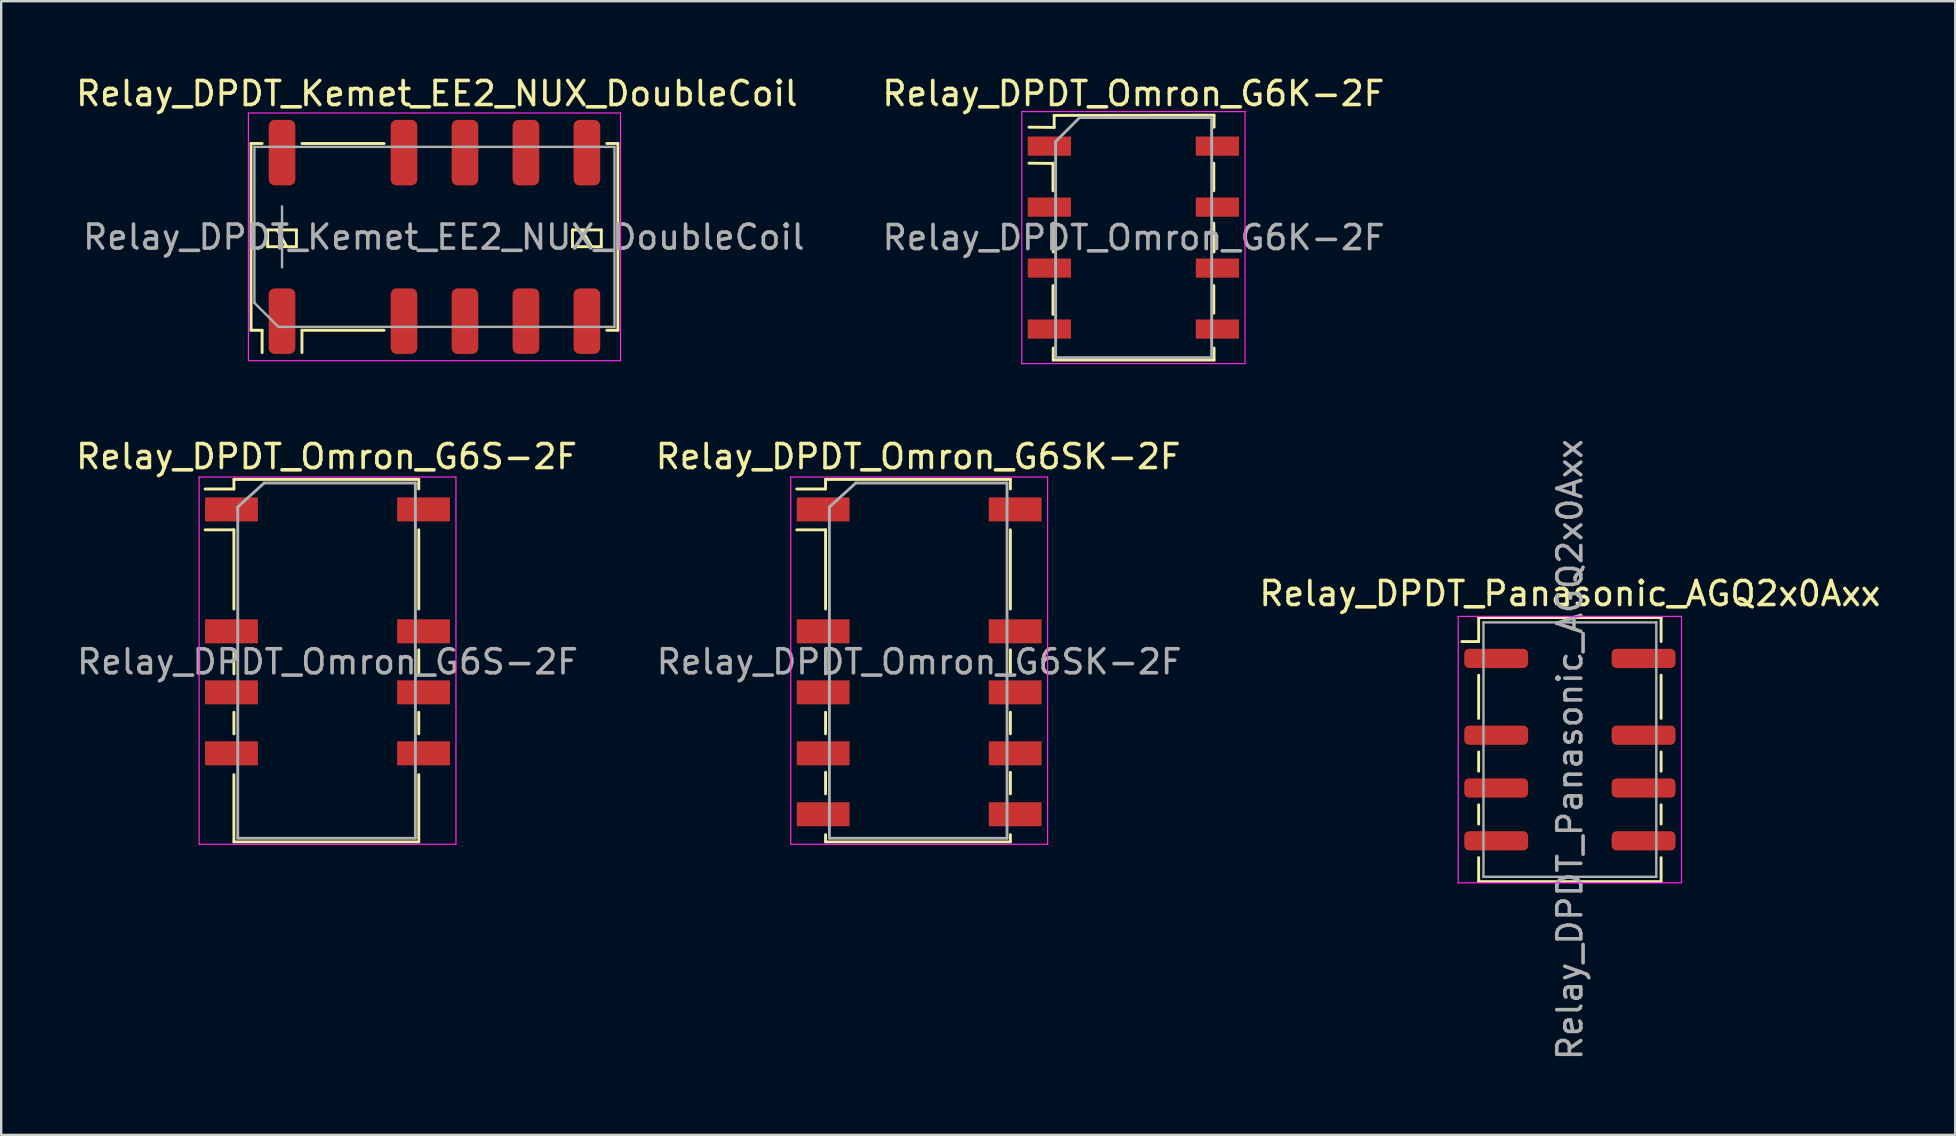
<source format=kicad_pcb>
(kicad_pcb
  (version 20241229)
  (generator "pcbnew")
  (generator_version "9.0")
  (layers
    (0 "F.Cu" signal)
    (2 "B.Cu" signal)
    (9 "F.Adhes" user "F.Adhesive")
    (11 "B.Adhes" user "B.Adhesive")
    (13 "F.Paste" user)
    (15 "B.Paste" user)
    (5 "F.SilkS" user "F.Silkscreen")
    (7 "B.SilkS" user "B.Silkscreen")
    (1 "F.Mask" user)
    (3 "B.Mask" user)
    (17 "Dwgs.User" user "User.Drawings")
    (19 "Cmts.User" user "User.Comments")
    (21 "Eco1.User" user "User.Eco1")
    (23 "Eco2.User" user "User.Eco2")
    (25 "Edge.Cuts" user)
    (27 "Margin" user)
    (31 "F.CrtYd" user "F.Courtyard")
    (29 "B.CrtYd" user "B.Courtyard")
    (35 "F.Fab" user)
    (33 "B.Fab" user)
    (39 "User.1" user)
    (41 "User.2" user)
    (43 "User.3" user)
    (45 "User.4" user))
  (footprint "Relay_DPDT_Omron_G6K-2F"
    (layer "F.Cu")
    (at 44.165 6.848)
    (property "Reference" "Relay_DPDT_Omron_G6K-2F" (at 0 -6 0) (layer "F.SilkS") (effects (font (size 1 1) (thickness 0.15))))
    (attr smd)
    (fp_line (start -3.35 -3.09) (end -4.35 -3.1) (stroke (width 0.12) (type solid)) (layer "F.SilkS"))
    (fp_line (start -3.35 -1.95) (end -3.35 -3.1) (stroke (width 0.12) (type solid)) (layer "F.SilkS"))
    (fp_line (start -3.35 3.2) (end -3.35 2) (stroke (width 0.12) (type solid)) (layer "F.SilkS"))
    (fp_line (start -3.34 0.6) (end -3.35 -0.6) (stroke (width 0.12) (type solid)) (layer "F.SilkS"))
    (fp_line (start -3.34 5.1) (end -3.34 4.6) (stroke (width 0.12) (type solid)) (layer "F.SilkS"))
    (fp_line (start -3.3 -5.09) (end -3.3 -4.59) (stroke (width 0.12) (type solid)) (layer "F.SilkS"))
    (fp_line (start -3.3 -5.09) (end 3.36 -5.1) (stroke (width 0.12) (type solid)) (layer "F.SilkS"))
    (fp_line (start -3.3 -4.59) (end -4.35 -4.6) (stroke (width 0.12) (type solid)) (layer "F.SilkS"))
    (fp_line (start 3.35 -3.1) (end 3.35 -1.95) (stroke (width 0.12) (type solid)) (layer "F.SilkS"))
    (fp_line (start 3.35 -0.6) (end 3.36 0.6) (stroke (width 0.12) (type solid)) (layer "F.SilkS"))
    (fp_line (start 3.35 2) (end 3.35 3.15) (stroke (width 0.12) (type solid)) (layer "F.SilkS"))
    (fp_line (start 3.36 -5.1) (end 3.36 -4.6) (stroke (width 0.12) (type solid)) (layer "F.SilkS"))
    (fp_line (start 3.36 4.6) (end 3.36 5.1) (stroke (width 0.12) (type solid)) (layer "F.SilkS"))
    (fp_line (start 3.36 5.1) (end -3.34 5.1) (stroke (width 0.12) (type solid)) (layer "F.SilkS"))
    (fp_line (start -4.65 -5.25) (end -4.65 5.25) (stroke (width 0.05) (type solid)) (layer "F.CrtYd"))
    (fp_line (start -4.65 -5.25) (end 4.65 -5.25) (stroke (width 0.05) (type solid)) (layer "F.CrtYd"))
    (fp_line (start 4.65 5.25) (end -4.65 5.25) (stroke (width 0.05) (type solid)) (layer "F.CrtYd"))
    (fp_line (start 4.65 5.25) (end 4.65 -5.25) (stroke (width 0.05) (type solid)) (layer "F.CrtYd"))
    (fp_line (start -3.24 -4) (end -2.24 -5) (stroke (width 0.12) (type solid)) (layer "F.Fab"))
    (fp_line (start -3.24 5) (end -3.24 -4) (stroke (width 0.12) (type solid)) (layer "F.Fab"))
    (fp_line (start -2.24 -5) (end 3.26 -5) (stroke (width 0.12) (type solid)) (layer "F.Fab"))
    (fp_line (start 3.26 -5) (end 3.26 5) (stroke (width 0.12) (type solid)) (layer "F.Fab"))
    (fp_line (start 3.26 5) (end -3.24 5) (stroke (width 0.12) (type solid)) (layer "F.Fab"))
    (fp_text user "${REFERENCE}" (at 0.01 0 0) (layer "F.Fab") (effects (font (size 1 1) (thickness 0.15))))
    (pad "1" smd rect (at -3.5 -3.81) (size 1.8 0.8) (layers "F.Cu" "F.Mask" "F.Paste"))
    (pad "2" smd rect (at -3.5 -1.27) (size 1.8 0.8) (layers "F.Cu" "F.Mask" "F.Paste"))
    (pad "3" smd rect (at -3.5 1.27) (size 1.8 0.8) (layers "F.Cu" "F.Mask" "F.Paste"))
    (pad "4" smd rect (at -3.5 3.81) (size 1.8 0.8) (layers "F.Cu" "F.Mask" "F.Paste"))
    (pad "5" smd rect (at 3.5 3.81) (size 1.8 0.8) (layers "F.Cu" "F.Mask" "F.Paste"))
    (pad "6" smd rect (at 3.5 1.27) (size 1.8 0.8) (layers "F.Cu" "F.Mask" "F.Paste"))
    (pad "7" smd rect (at 3.5 -1.27) (size 1.8 0.8) (layers "F.Cu" "F.Mask" "F.Paste"))
    (pad "8" smd rect (at 3.5 -3.81) (size 1.8 0.8) (layers "F.Cu" "F.Mask" "F.Paste")))
  (footprint "Relay_DPDT_Panasonic_AGQ2x0Axx"
    (layer "F.Cu")
    (at 62.348 28.177)
    (property "Reference" "Relay_DPDT_Panasonic_AGQ2x0Axx" (at 0 -6.5 0) (layer "F.SilkS") (effects (font (size 1 1) (thickness 0.15))))
    (attr smd)
    (fp_line (start -3.8 -5.5) (end -3.8 -4.5) (stroke (width 0.12) (type solid)) (layer "F.SilkS"))
    (fp_line (start -3.8 -4.5) (end -4.5 -4.5) (stroke (width 0.12) (type solid)) (layer "F.SilkS"))
    (fp_line (start -3.8 -1.3) (end -3.8 -3.1) (stroke (width 0.12) (type solid)) (layer "F.SilkS"))
    (fp_line (start -3.8 0.9) (end -3.8 0.1) (stroke (width 0.12) (type solid)) (layer "F.SilkS"))
    (fp_line (start -3.8 3.1) (end -3.8 2.3) (stroke (width 0.12) (type solid)) (layer "F.SilkS"))
    (fp_line (start -3.8 4.5) (end -3.8 5.5) (stroke (width 0.12) (type solid)) (layer "F.SilkS"))
    (fp_line (start -3.8 5.5) (end 3.8 5.5) (stroke (width 0.12) (type solid)) (layer "F.SilkS"))
    (fp_line (start 3.8 -5.5) (end -3.8 -5.5) (stroke (width 0.12) (type solid)) (layer "F.SilkS"))
    (fp_line (start 3.8 -4.5) (end 3.8 -5.5) (stroke (width 0.12) (type solid)) (layer "F.SilkS"))
    (fp_line (start 3.8 -1.3) (end 3.8 -3.1) (stroke (width 0.12) (type solid)) (layer "F.SilkS"))
    (fp_line (start 3.8 0.9) (end 3.8 0.1) (stroke (width 0.12) (type solid)) (layer "F.SilkS"))
    (fp_line (start 3.8 3.1) (end 3.8 2.3) (stroke (width 0.12) (type solid)) (layer "F.SilkS"))
    (fp_line (start 3.8 5.5) (end 3.8 4.5) (stroke (width 0.12) (type solid)) (layer "F.SilkS"))
    (fp_line (start -4.65 -5.55) (end -4.65 5.55) (stroke (width 0.05) (type solid)) (layer "F.CrtYd"))
    (fp_line (start -4.65 5.55) (end 4.65 5.55) (stroke (width 0.05) (type solid)) (layer "F.CrtYd"))
    (fp_line (start 4.65 -5.55) (end -4.65 -5.55) (stroke (width 0.05) (type solid)) (layer "F.CrtYd"))
    (fp_line (start 4.65 5.55) (end 4.65 -5.55) (stroke (width 0.05) (type solid)) (layer "F.CrtYd"))
    (fp_line (start -3.6 -5.3) (end -3.6 5.3) (stroke (width 0.1) (type solid)) (layer "F.Fab"))
    (fp_line (start -3.6 5.3) (end 3.6 5.3) (stroke (width 0.1) (type solid)) (layer "F.Fab"))
    (fp_line (start 3.6 -5.3) (end -3.6 -5.3) (stroke (width 0.1) (type solid)) (layer "F.Fab"))
    (fp_line (start 3.6 5.3) (end 3.6 -5.3) (stroke (width 0.1) (type solid)) (layer "F.Fab"))
    (fp_text user "${REFERENCE}" (at 0 0 90) (layer "F.Fab") (effects (font (size 1 1) (thickness 0.15))))
    (pad "1" smd roundrect (at -3.07 -3.8) (size 2.66 0.8) (layers "F.Cu" "F.Mask" "F.Paste") (roundrect_rratio 0.25))
    (pad "2" smd roundrect (at -3.07 -0.6) (size 2.66 0.8) (layers "F.Cu" "F.Mask" "F.Paste") (roundrect_rratio 0.25))
    (pad "3" smd roundrect (at -3.07 1.6) (size 2.66 0.8) (layers "F.Cu" "F.Mask" "F.Paste") (roundrect_rratio 0.25))
    (pad "4" smd roundrect (at -3.07 3.8) (size 2.66 0.8) (layers "F.Cu" "F.Mask" "F.Paste") (roundrect_rratio 0.25))
    (pad "5" smd roundrect (at 3.07 3.8) (size 2.66 0.8) (layers "F.Cu" "F.Mask" "F.Paste") (roundrect_rratio 0.25))
    (pad "6" smd roundrect (at 3.07 1.6) (size 2.66 0.8) (layers "F.Cu" "F.Mask" "F.Paste") (roundrect_rratio 0.25))
    (pad "7" smd roundrect (at 3.07 -0.6) (size 2.66 0.8) (layers "F.Cu" "F.Mask" "F.Paste") (roundrect_rratio 0.25))
    (pad "8" smd roundrect (at 3.07 -3.8) (size 2.66 0.8) (layers "F.Cu" "F.Mask" "F.Paste") (roundrect_rratio 0.25)))
  (footprint "Relay_DPDT_Omron_G6SK-2F"
    (layer "F.Cu")
    (at 35.241 24.521)
    (property "Reference" "Relay_DPDT_Omron_G6SK-2F" (at -0.04 -8.55 0) (layer "F.SilkS") (effects (font (size 1 1) (thickness 0.15))))
    (attr smd)
    (fp_line (start -5.1 -7.2) (end -3.9 -7.2) (stroke (width 0.12) (type solid)) (layer "F.SilkS"))
    (fp_line (start -3.9 -7.6) (end 3.8 -7.6) (stroke (width 0.12) (type solid)) (layer "F.SilkS"))
    (fp_line (start -3.9 -7.2) (end -3.9 -7.6) (stroke (width 0.12) (type solid)) (layer "F.SilkS"))
    (fp_line (start -3.9 -5.5) (end -5.1 -5.5) (stroke (width 0.12) (type solid)) (layer "F.SilkS"))
    (fp_line (start -3.9 -5.5) (end -3.9 -2.2) (stroke (width 0.12) (type solid)) (layer "F.SilkS"))
    (fp_line (start -3.9 -0.5) (end -3.9 0.5) (stroke (width 0.12) (type solid)) (layer "F.SilkS"))
    (fp_line (start -3.9 2.1) (end -3.9 3) (stroke (width 0.12) (type solid)) (layer "F.SilkS"))
    (fp_line (start -3.9 5.5) (end -3.9 4.6) (stroke (width 0.12) (type solid)) (layer "F.SilkS"))
    (fp_line (start -3.9 7.2) (end -3.9 7.5) (stroke (width 0.12) (type solid)) (layer "F.SilkS"))
    (fp_line (start -3.9 7.5) (end 3.8 7.5) (stroke (width 0.12) (type solid)) (layer "F.SilkS"))
    (fp_line (start 3.8 -7.6) (end 3.8 -7.2) (stroke (width 0.12) (type solid)) (layer "F.SilkS"))
    (fp_line (start 3.8 -5.5) (end 3.8 -2.2) (stroke (width 0.12) (type solid)) (layer "F.SilkS"))
    (fp_line (start 3.8 0.5) (end 3.8 -0.5) (stroke (width 0.12) (type solid)) (layer "F.SilkS"))
    (fp_line (start 3.8 3) (end 3.8 2.1) (stroke (width 0.12) (type solid)) (layer "F.SilkS"))
    (fp_line (start 3.8 4.6) (end 3.8 5.5) (stroke (width 0.12) (type solid)) (layer "F.SilkS"))
    (fp_line (start 3.8 7.5) (end 3.8 7.2) (stroke (width 0.12) (type solid)) (layer "F.SilkS"))
    (fp_line (start -5.35 -7.7) (end -5.35 7.6) (stroke (width 0.05) (type solid)) (layer "F.CrtYd"))
    (fp_line (start -5.35 -7.7) (end 5.35 -7.7) (stroke (width 0.05) (type solid)) (layer "F.CrtYd"))
    (fp_line (start 5.35 7.6) (end -5.35 7.6) (stroke (width 0.05) (type solid)) (layer "F.CrtYd"))
    (fp_line (start 5.35 7.6) (end 5.35 -7.7) (stroke (width 0.05) (type solid)) (layer "F.CrtYd"))
    (fp_line (start -3.74 -6.45) (end -2.64 -7.45) (stroke (width 0.12) (type solid)) (layer "F.Fab"))
    (fp_line (start -3.74 7.35) (end -3.74 -6.45) (stroke (width 0.12) (type solid)) (layer "F.Fab"))
    (fp_line (start -2.64 -7.45) (end 3.66 -7.45) (stroke (width 0.12) (type solid)) (layer "F.Fab"))
    (fp_line (start 3.66 -7.45) (end 3.66 7.35) (stroke (width 0.12) (type solid)) (layer "F.Fab"))
    (fp_line (start 3.66 7.35) (end -3.74 7.35) (stroke (width 0.12) (type solid)) (layer "F.Fab"))
    (fp_text user "${REFERENCE}" (at 0 0 0) (layer "F.Fab") (effects (font (size 1 1) (thickness 0.15))))
    (pad "1" smd rect (at -4 -6.35) (size 2.2 1) (layers "F.Cu" "F.Mask" "F.Paste"))
    (pad "3" smd rect (at -4 -1.27) (size 2.2 1) (layers "F.Cu" "F.Mask" "F.Paste"))
    (pad "4" smd rect (at -4 1.27) (size 2.2 1) (layers "F.Cu" "F.Mask" "F.Paste"))
    (pad "5" smd rect (at -4 3.81) (size 2.2 1) (layers "F.Cu" "F.Mask" "F.Paste"))
    (pad "6" smd rect (at -4 6.35) (size 2.2 1) (layers "F.Cu" "F.Mask" "F.Paste"))
    (pad "7" smd rect (at 4 6.35) (size 2.2 1) (layers "F.Cu" "F.Mask" "F.Paste"))
    (pad "8" smd rect (at 4 3.81) (size 2.2 1) (layers "F.Cu" "F.Mask" "F.Paste"))
    (pad "9" smd rect (at 4 1.27) (size 2.2 1) (layers "F.Cu" "F.Mask" "F.Paste"))
    (pad "10" smd rect (at 4 -1.27) (size 2.2 1) (layers "F.Cu" "F.Mask" "F.Paste"))
    (pad "12" smd rect (at 4 -6.35) (size 2.2 1) (layers "F.Cu" "F.Mask" "F.Paste")))
  (footprint "Relay_DPDT_Omron_G6S-2F"
    (layer "F.Cu")
    (at 10.594 24.521)
    (property "Reference" "Relay_DPDT_Omron_G6S-2F" (at -0.04 -8.55 0) (layer "F.SilkS") (effects (font (size 1 1) (thickness 0.15))))
    (attr smd)
    (fp_line (start -5.1 -7.2) (end -3.9 -7.2) (stroke (width 0.12) (type solid)) (layer "F.SilkS"))
    (fp_line (start -3.9 -7.6) (end 3.8 -7.6) (stroke (width 0.12) (type solid)) (layer "F.SilkS"))
    (fp_line (start -3.9 -7.2) (end -3.9 -7.6) (stroke (width 0.12) (type solid)) (layer "F.SilkS"))
    (fp_line (start -3.9 -5.5) (end -5.1 -5.5) (stroke (width 0.12) (type solid)) (layer "F.SilkS"))
    (fp_line (start -3.9 -5.5) (end -3.9 -2.2) (stroke (width 0.12) (type solid)) (layer "F.SilkS"))
    (fp_line (start -3.9 -0.5) (end -3.9 0.5) (stroke (width 0.12) (type solid)) (layer "F.SilkS"))
    (fp_line (start -3.9 2.1) (end -3.9 3) (stroke (width 0.12) (type solid)) (layer "F.SilkS"))
    (fp_line (start -3.9 4.7) (end -3.9 7.5) (stroke (width 0.12) (type solid)) (layer "F.SilkS"))
    (fp_line (start -3.9 7.5) (end 3.8 7.5) (stroke (width 0.12) (type solid)) (layer "F.SilkS"))
    (fp_line (start 3.8 -7.6) (end 3.8 -7.2) (stroke (width 0.12) (type solid)) (layer "F.SilkS"))
    (fp_line (start 3.8 -5.5) (end 3.8 -2.2) (stroke (width 0.12) (type solid)) (layer "F.SilkS"))
    (fp_line (start 3.8 0.5) (end 3.8 -0.5) (stroke (width 0.12) (type solid)) (layer "F.SilkS"))
    (fp_line (start 3.8 3) (end 3.8 2.1) (stroke (width 0.12) (type solid)) (layer "F.SilkS"))
    (fp_line (start 3.8 7.5) (end 3.8 4.7) (stroke (width 0.12) (type solid)) (layer "F.SilkS"))
    (fp_line (start -5.35 -7.7) (end -5.35 7.6) (stroke (width 0.05) (type solid)) (layer "F.CrtYd"))
    (fp_line (start -5.35 -7.7) (end 5.35 -7.7) (stroke (width 0.05) (type solid)) (layer "F.CrtYd"))
    (fp_line (start 5.35 7.6) (end -5.35 7.6) (stroke (width 0.05) (type solid)) (layer "F.CrtYd"))
    (fp_line (start 5.35 7.6) (end 5.35 -7.7) (stroke (width 0.05) (type solid)) (layer "F.CrtYd"))
    (fp_line (start -3.74 -6.45) (end -2.64 -7.45) (stroke (width 0.12) (type solid)) (layer "F.Fab"))
    (fp_line (start -3.74 7.35) (end -3.74 -6.45) (stroke (width 0.12) (type solid)) (layer "F.Fab"))
    (fp_line (start -2.64 -7.45) (end 3.66 -7.45) (stroke (width 0.12) (type solid)) (layer "F.Fab"))
    (fp_line (start 3.66 -7.45) (end 3.66 7.35) (stroke (width 0.12) (type solid)) (layer "F.Fab"))
    (fp_line (start 3.66 7.35) (end -3.74 7.35) (stroke (width 0.12) (type solid)) (layer "F.Fab"))
    (fp_text user "${REFERENCE}" (at 0 0 0) (layer "F.Fab") (effects (font (size 1 1) (thickness 0.15))))
    (pad "1" smd rect (at -4 -6.35) (size 2.2 1) (layers "F.Cu" "F.Mask" "F.Paste"))
    (pad "3" smd rect (at -4 -1.27) (size 2.2 1) (layers "F.Cu" "F.Mask" "F.Paste"))
    (pad "4" smd rect (at -4 1.27) (size 2.2 1) (layers "F.Cu" "F.Mask" "F.Paste"))
    (pad "5" smd rect (at -4 3.81) (size 2.2 1) (layers "F.Cu" "F.Mask" "F.Paste"))
    (pad "8" smd rect (at 4 3.81) (size 2.2 1) (layers "F.Cu" "F.Mask" "F.Paste"))
    (pad "9" smd rect (at 4 1.27) (size 2.2 1) (layers "F.Cu" "F.Mask" "F.Paste"))
    (pad "10" smd rect (at 4 -1.27) (size 2.2 1) (layers "F.Cu" "F.Mask" "F.Paste"))
    (pad "12" smd rect (at 4 -6.35) (size 2.2 1) (layers "F.Cu" "F.Mask" "F.Paste")))
  (footprint "Relay_DPDT_Kemet_EE2_NUX_DoubleCoil"
    (layer "F.Cu")
    (at 15.049 6.818)
    (property "Reference" "Relay_DPDT_Kemet_EE2_NUX_DoubleCoil" (at 0.1 -5.97 180) (layer "F.SilkS") (effects (font (size 1 1) (thickness 0.15))))
    (attr smd)
    (fp_line (start -7.64 -3.89) (end -7.64 3.89) (stroke (width 0.12) (type solid)) (layer "F.SilkS"))
    (fp_line (start -7.64 -3.89) (end -7.18 -3.89) (stroke (width 0.12) (type solid)) (layer "F.SilkS"))
    (fp_line (start -7.64 3.89) (end -7.18 3.89) (stroke (width 0.12) (type solid)) (layer "F.SilkS"))
    (fp_line (start -7.18 3.89) (end -7.18 4.82) (stroke (width 0.12) (type solid)) (layer "F.SilkS"))
    (fp_line (start -6.95 -0.29) (end -6.95 0.41) (stroke (width 0.12) (type solid)) (layer "F.SilkS"))
    (fp_line (start -6.95 0.41) (end -5.75 0.41) (stroke (width 0.12) (type solid)) (layer "F.SilkS"))
    (fp_line (start -6.15 0.41) (end -6.55 -0.29) (stroke (width 0.12) (type solid)) (layer "F.SilkS"))
    (fp_line (start -5.75 -0.29) (end -6.95 -0.29) (stroke (width 0.12) (type solid)) (layer "F.SilkS"))
    (fp_line (start -5.75 0.41) (end -5.75 -0.29) (stroke (width 0.12) (type solid)) (layer "F.SilkS"))
    (fp_line (start -5.52 -3.89) (end -2.1 -3.89) (stroke (width 0.12) (type solid)) (layer "F.SilkS"))
    (fp_line (start -5.52 3.89) (end -5.52 4.82) (stroke (width 0.12) (type solid)) (layer "F.SilkS"))
    (fp_line (start -5.52 3.89) (end -2.1 3.89) (stroke (width 0.12) (type solid)) (layer "F.SilkS"))
    (fp_line (start 5.75 -0.29) (end 5.75 0.41) (stroke (width 0.12) (type solid)) (layer "F.SilkS"))
    (fp_line (start 5.75 0.41) (end 6.95 0.41) (stroke (width 0.12) (type solid)) (layer "F.SilkS"))
    (fp_line (start 6.55 0.41) (end 6.15 -0.29) (stroke (width 0.12) (type solid)) (layer "F.SilkS"))
    (fp_line (start 6.95 -0.29) (end 5.75 -0.29) (stroke (width 0.12) (type solid)) (layer "F.SilkS"))
    (fp_line (start 6.95 0.41) (end 6.95 -0.29) (stroke (width 0.12) (type solid)) (layer "F.SilkS"))
    (fp_line (start 7.18 -3.89) (end 7.64 -3.89) (stroke (width 0.12) (type solid)) (layer "F.SilkS"))
    (fp_line (start 7.18 3.89) (end 7.64 3.89) (stroke (width 0.12) (type solid)) (layer "F.SilkS"))
    (fp_line (start 7.64 -3.89) (end 7.64 3.89) (stroke (width 0.12) (type solid)) (layer "F.SilkS"))
    (fp_line (start -7.75 -5.16) (end -7.75 5.16) (stroke (width 0.05) (type solid)) (layer "F.CrtYd"))
    (fp_line (start -7.75 -5.16) (end 7.75 -5.16) (stroke (width 0.05) (type solid)) (layer "F.CrtYd"))
    (fp_line (start -7.75 5.16) (end 7.75 5.16) (stroke (width 0.05) (type solid)) (layer "F.CrtYd"))
    (fp_line (start 7.75 5.16) (end 7.75 -5.16) (stroke (width 0.05) (type solid)) (layer "F.CrtYd"))
    (fp_line (start -7.5 -3.75) (end -7.5 2.75) (stroke (width 0.1) (type solid)) (layer "F.Fab"))
    (fp_line (start -7.5 -3.75) (end 7.5 -3.75) (stroke (width 0.1) (type solid)) (layer "F.Fab"))
    (fp_line (start -6.5 3.75) (end -7.5 2.75) (stroke (width 0.1) (type solid)) (layer "F.Fab"))
    (fp_line (start -6.5 3.75) (end 7.5 3.75) (stroke (width 0.1) (type solid)) (layer "F.Fab"))
    (fp_line (start -6.35 1.27) (end -6.35 -1.27) (stroke (width 0.1) (type solid)) (layer "F.Fab"))
    (fp_line (start 7.5 -3.75) (end 7.5 3.75) (stroke (width 0.1) (type solid)) (layer "F.Fab"))
    (fp_text user "${REFERENCE}" (at 0.39 0.01 180) (layer "F.Fab") (effects (font (size 1 1) (thickness 0.15))))
    (pad "1" smd roundrect (at -6.35 3.51) (size 1.11 2.73) (layers "F.Cu" "F.Mask" "F.Paste") (roundrect_rratio 0.225))
    (pad "3" smd roundrect (at -1.27 3.51) (size 1.11 2.73) (layers "F.Cu" "F.Mask" "F.Paste") (roundrect_rratio 0.225))
    (pad "4" smd roundrect (at 1.27 3.51) (size 1.11 2.73) (layers "F.Cu" "F.Mask" "F.Paste") (roundrect_rratio 0.225))
    (pad "5" smd roundrect (at 3.81 3.51) (size 1.11 2.73) (layers "F.Cu" "F.Mask" "F.Paste") (roundrect_rratio 0.225))
    (pad "6" smd roundrect (at 6.35 3.51) (size 1.11 2.73) (layers "F.Cu" "F.Mask" "F.Paste") (roundrect_rratio 0.225))
    (pad "7" smd roundrect (at 6.35 -3.51) (size 1.11 2.73) (layers "F.Cu" "F.Mask" "F.Paste") (roundrect_rratio 0.225))
    (pad "8" smd roundrect (at 3.81 -3.51) (size 1.11 2.73) (layers "F.Cu" "F.Mask" "F.Paste") (roundrect_rratio 0.225))
    (pad "9" smd roundrect (at 1.27 -3.51) (size 1.11 2.73) (layers "F.Cu" "F.Mask" "F.Paste") (roundrect_rratio 0.225))
    (pad "10" smd roundrect (at -1.27 -3.51) (size 1.11 2.73) (layers "F.Cu" "F.Mask" "F.Paste") (roundrect_rratio 0.225))
    (pad "12" smd roundrect (at -6.35 -3.51) (size 1.11 2.73) (layers "F.Cu" "F.Mask" "F.Paste") (roundrect_rratio 0.225)))
  (gr_rect
    (start -3 -3)
    (end 78.401 44.23)
    (stroke (width 0.1) (type default))
    (fill no)
    (layer "Edge.Cuts")))
</source>
